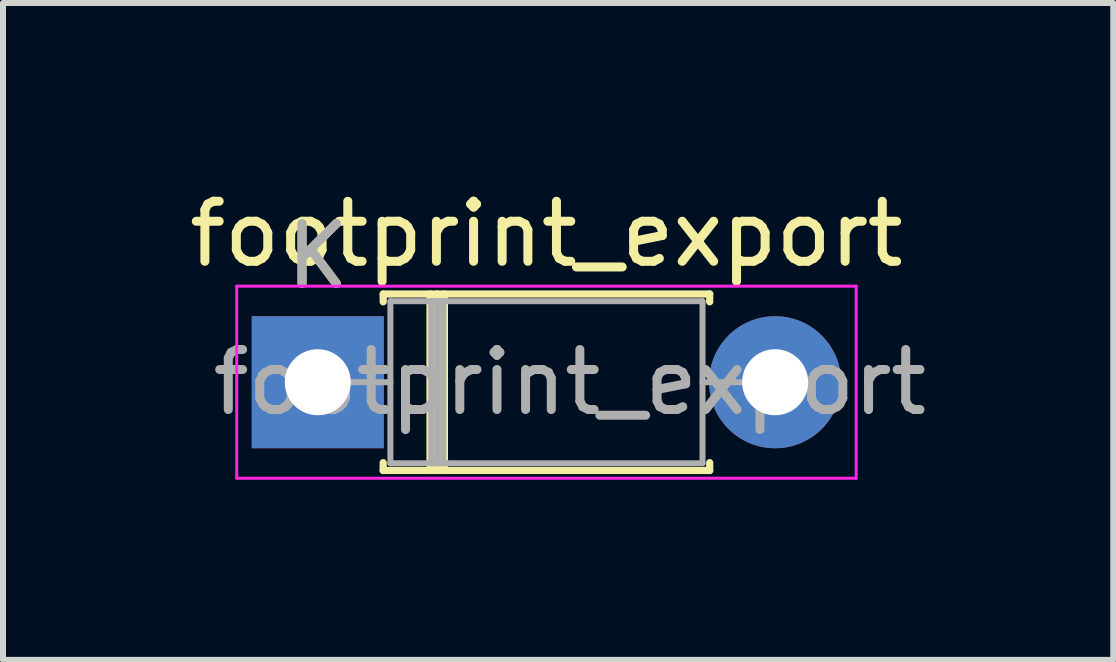
<source format=kicad_pcb>
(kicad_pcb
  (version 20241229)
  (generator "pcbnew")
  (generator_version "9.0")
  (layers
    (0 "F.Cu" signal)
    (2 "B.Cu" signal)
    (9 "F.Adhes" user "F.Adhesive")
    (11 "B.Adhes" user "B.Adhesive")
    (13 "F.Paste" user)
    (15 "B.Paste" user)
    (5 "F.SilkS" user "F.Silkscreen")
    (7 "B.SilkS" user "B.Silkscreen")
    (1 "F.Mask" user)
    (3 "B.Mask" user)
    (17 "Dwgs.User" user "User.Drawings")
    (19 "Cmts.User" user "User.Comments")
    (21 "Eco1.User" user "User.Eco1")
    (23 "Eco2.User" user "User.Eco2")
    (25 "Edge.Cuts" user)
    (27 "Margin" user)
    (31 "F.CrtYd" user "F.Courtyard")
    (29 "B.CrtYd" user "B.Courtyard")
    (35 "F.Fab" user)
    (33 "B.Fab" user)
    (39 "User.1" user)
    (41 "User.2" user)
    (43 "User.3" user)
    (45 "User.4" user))
  (footprint "footprint_export"
    (layer "F.Cu")
    (at 2.244 3.318)
    (property "Reference" "footprint_export" (at 3.81 -2.47 0) (layer "F.SilkS") (effects (font (size 1 1) (thickness 0.15))))
    (attr through_hole)
    (fp_line (start 1.09 -1.47) (end 6.53 -1.47) (stroke (width 0.12) (type solid)) (layer "F.SilkS"))
    (fp_line (start 1.09 -1.34) (end 1.09 -1.47) (stroke (width 0.12) (type solid)) (layer "F.SilkS"))
    (fp_line (start 1.09 1.34) (end 1.09 1.47) (stroke (width 0.12) (type solid)) (layer "F.SilkS"))
    (fp_line (start 1.09 1.47) (end 6.53 1.47) (stroke (width 0.12) (type solid)) (layer "F.SilkS"))
    (fp_line (start 1.87 -1.47) (end 1.87 1.47) (stroke (width 0.12) (type solid)) (layer "F.SilkS"))
    (fp_line (start 1.99 -1.47) (end 1.99 1.47) (stroke (width 0.12) (type solid)) (layer "F.SilkS"))
    (fp_line (start 2.11 -1.47) (end 2.11 1.47) (stroke (width 0.12) (type solid)) (layer "F.SilkS"))
    (fp_line (start 6.53 -1.47) (end 6.53 -1.34) (stroke (width 0.12) (type solid)) (layer "F.SilkS"))
    (fp_line (start 6.53 1.47) (end 6.53 1.34) (stroke (width 0.12) (type solid)) (layer "F.SilkS"))
    (fp_line (start -1.35 -1.6) (end -1.35 1.6) (stroke (width 0.05) (type solid)) (layer "F.CrtYd"))
    (fp_line (start -1.35 1.6) (end 8.97 1.6) (stroke (width 0.05) (type solid)) (layer "F.CrtYd"))
    (fp_line (start 8.97 -1.6) (end -1.35 -1.6) (stroke (width 0.05) (type solid)) (layer "F.CrtYd"))
    (fp_line (start 8.97 1.6) (end 8.97 -1.6) (stroke (width 0.05) (type solid)) (layer "F.CrtYd"))
    (fp_line (start 0 0) (end 1.21 0) (stroke (width 0.1) (type solid)) (layer "F.Fab"))
    (fp_line (start 1.21 -1.35) (end 1.21 1.35) (stroke (width 0.1) (type solid)) (layer "F.Fab"))
    (fp_line (start 1.21 1.35) (end 6.41 1.35) (stroke (width 0.1) (type solid)) (layer "F.Fab"))
    (fp_line (start 1.89 -1.35) (end 1.89 1.35) (stroke (width 0.1) (type solid)) (layer "F.Fab"))
    (fp_line (start 1.99 -1.35) (end 1.99 1.35) (stroke (width 0.1) (type solid)) (layer "F.Fab"))
    (fp_line (start 2.09 -1.35) (end 2.09 1.35) (stroke (width 0.1) (type solid)) (layer "F.Fab"))
    (fp_line (start 6.41 -1.35) (end 1.21 -1.35) (stroke (width 0.1) (type solid)) (layer "F.Fab"))
    (fp_line (start 6.41 1.35) (end 6.41 -1.35) (stroke (width 0.1) (type solid)) (layer "F.Fab"))
    (fp_line (start 7.62 0) (end 6.41 0) (stroke (width 0.1) (type solid)) (layer "F.Fab"))
    (fp_text user "K" (at 0 -2.1 0) (layer "F.SilkS") (effects (font (size 1 1) (thickness 0.15))))
    (fp_text user "K" (at 0 -2.1 0) (layer "F.Fab") (effects (font (size 1 1) (thickness 0.15))))
    (fp_text user "${REFERENCE}" (at 4.2 0 0) (layer "F.Fab") (effects (font (size 1 1) (thickness 0.15))))
    (pad "1" thru_hole rect (at 0 0) (size 2.2 2.2) (drill 1.1) (layers "*.Cu" "*.Mask"))
    (pad "2" thru_hole oval (at 7.62 0) (size 2.2 2.2) (drill 1.1) (layers "*.Cu" "*.Mask")))
  (gr_rect
    (start -3 -3)
    (end 15.497 7.943)
    (stroke (width 0.1) (type default))
    (fill no)
    (layer "Edge.Cuts")))
</source>
